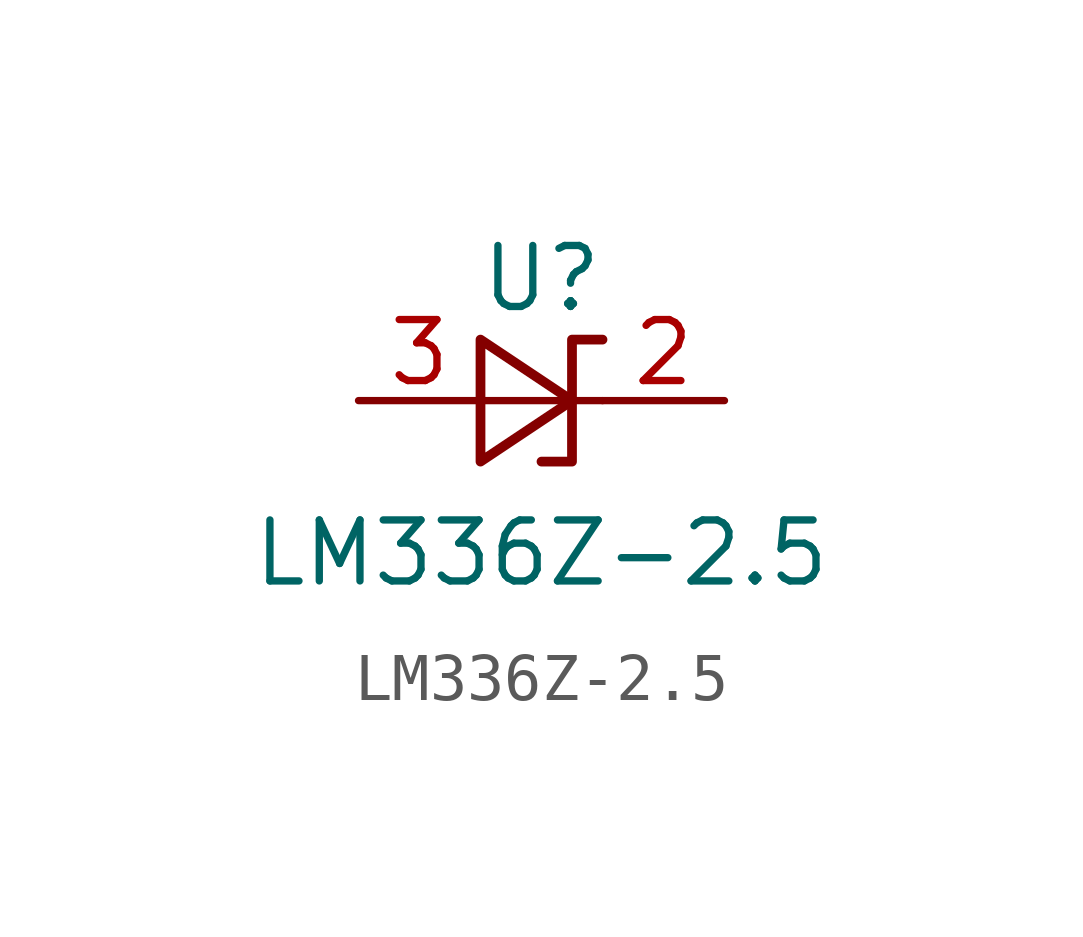
<source format=kicad_sym>
(kicad_symbol_lib
  (version 20231120)
  (generator "kicad_symbol_editor")
  (generator_version "8.0")
  (symbol "LM336Z-2.5"
    (pin_names
      (offset 0.025) hide)
    (property "Reference" "U"
      (at 0 2.54 0)
      (effects (font (size 1.27 1.27))))
    (property "Value" "LM336Z-2.5"
      (at 0 -3.175 0)
      (effects (font (size 1.27 1.27))))
    (symbol "LM336Z-2.5_0_1"
      (polyline (pts (xy -1.27 0) (xy 0 0) (xy 1.27 0)) (stroke (width 0) (type default)) (fill (type none)))
      (polyline (pts (xy -1.27 -1.27) (xy 0.635 0) (xy -1.27 1.27) (xy -1.27 -1.27)) (stroke (width 0.203) (type default)) (fill (type none)))
      (polyline (pts (xy 0 -1.27) (xy 0.635 -1.27) (xy 0.635 1.27) (xy 1.27 1.27)) (stroke (width 0.203) (type default)) (fill (type none))))
    (symbol "LM336Z-2.5_1_1"
      (pin no_connect line (at -1.27 0 0) (length 2.54) hide (name "NC" (effects (font (size 1.27 1.27)))) (number "1" (effects (font (size 1.27 1.27)))))
      (pin passive line (at 3.81 0 180) (length 2.54) (name "A" (effects (font (size 1.27 1.27)))) (number "2" (effects (font (size 1.27 1.27)))))
      (pin passive line (at -3.81 0 0) (length 2.54) (name "K" (effects (font (size 1.27 1.27)))) (number "3" (effects (font (size 1.27 1.27))))))))
</source>
